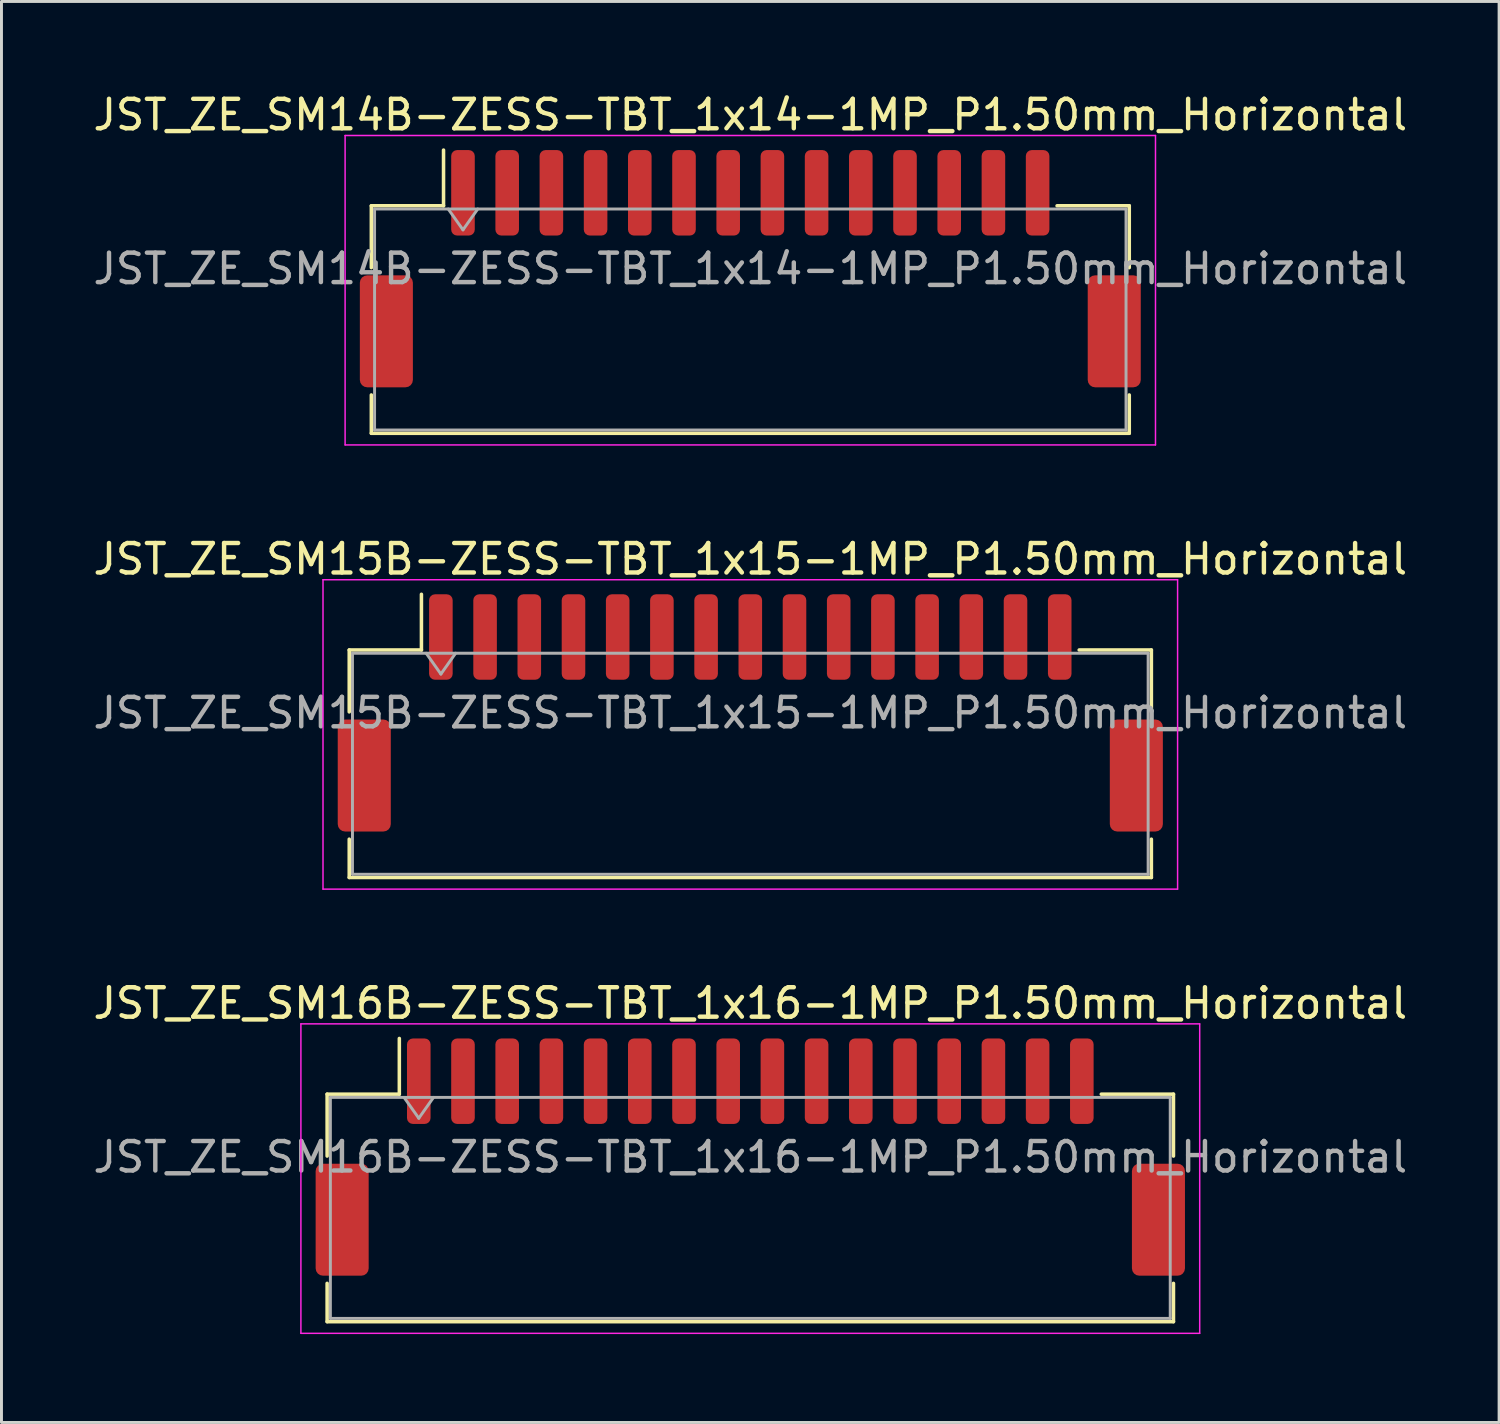
<source format=kicad_pcb>
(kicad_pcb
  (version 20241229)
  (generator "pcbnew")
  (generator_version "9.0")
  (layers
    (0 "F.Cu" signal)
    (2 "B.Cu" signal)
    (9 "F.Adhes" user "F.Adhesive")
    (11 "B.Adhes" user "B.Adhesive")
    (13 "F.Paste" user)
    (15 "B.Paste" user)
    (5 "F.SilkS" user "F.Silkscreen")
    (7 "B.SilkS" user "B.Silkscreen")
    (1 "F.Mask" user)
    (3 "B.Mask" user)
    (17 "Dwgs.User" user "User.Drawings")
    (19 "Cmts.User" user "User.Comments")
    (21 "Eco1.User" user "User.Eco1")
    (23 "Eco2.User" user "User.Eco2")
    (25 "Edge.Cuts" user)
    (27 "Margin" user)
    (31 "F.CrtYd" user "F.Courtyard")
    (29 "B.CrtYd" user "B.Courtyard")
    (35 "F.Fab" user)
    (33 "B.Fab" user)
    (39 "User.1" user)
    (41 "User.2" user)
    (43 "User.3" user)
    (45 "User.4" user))
  (footprint "JST_ZE_SM16B-ZESS-TBT_1x16-1MP_P1.50mm_Horizontal"
    (layer "F.Cu")
    (at 22.411 36.215)
    (property "Reference" "JST_ZE_SM16B-ZESS-TBT_1x16-1MP_P1.50mm_Horizontal" (at 0 -5.22 0) (layer "F.SilkS") (effects (font (size 1 1) (thickness 0.15))))
    (attr smd)
    (fp_line (start -14.36 -2.135) (end -11.91 -2.135) (stroke (width 0.12) (type solid)) (layer "F.SilkS"))
    (fp_line (start -14.36 -0.035) (end -14.36 -2.135) (stroke (width 0.12) (type solid)) (layer "F.SilkS"))
    (fp_line (start -14.36 4.285) (end -14.36 5.585) (stroke (width 0.12) (type solid)) (layer "F.SilkS"))
    (fp_line (start -14.36 5.585) (end 14.36 5.585) (stroke (width 0.12) (type solid)) (layer "F.SilkS"))
    (fp_line (start -11.91 -2.135) (end -11.91 -4.025) (stroke (width 0.12) (type solid)) (layer "F.SilkS"))
    (fp_line (start 14.36 -2.135) (end 11.91 -2.135) (stroke (width 0.12) (type solid)) (layer "F.SilkS"))
    (fp_line (start 14.36 -0.035) (end 14.36 -2.135) (stroke (width 0.12) (type solid)) (layer "F.SilkS"))
    (fp_line (start 14.36 5.585) (end 14.36 4.285) (stroke (width 0.12) (type solid)) (layer "F.SilkS"))
    (fp_line (start -15.25 -4.52) (end -15.25 5.98) (stroke (width 0.05) (type solid)) (layer "F.CrtYd"))
    (fp_line (start -15.25 5.98) (end 15.25 5.98) (stroke (width 0.05) (type solid)) (layer "F.CrtYd"))
    (fp_line (start 15.25 -4.52) (end -15.25 -4.52) (stroke (width 0.05) (type solid)) (layer "F.CrtYd"))
    (fp_line (start 15.25 5.98) (end 15.25 -4.52) (stroke (width 0.05) (type solid)) (layer "F.CrtYd"))
    (fp_line (start -14.25 -2.025) (end -14.25 5.475) (stroke (width 0.1) (type solid)) (layer "F.Fab"))
    (fp_line (start -14.25 -2.025) (end 14.25 -2.025) (stroke (width 0.1) (type solid)) (layer "F.Fab"))
    (fp_line (start -14.25 5.475) (end 14.25 5.475) (stroke (width 0.1) (type solid)) (layer "F.Fab"))
    (fp_line (start -11.75 -2.025) (end -11.25 -1.318) (stroke (width 0.1) (type solid)) (layer "F.Fab"))
    (fp_line (start -11.25 -1.318) (end -10.75 -2.025) (stroke (width 0.1) (type solid)) (layer "F.Fab"))
    (fp_line (start 14.25 -2.025) (end 14.25 5.475) (stroke (width 0.1) (type solid)) (layer "F.Fab"))
    (fp_text user "${REFERENCE}" (at 0 0 0) (layer "F.Fab") (effects (font (size 1 1) (thickness 0.15))))
    (pad "1" smd roundrect (at -11.25 -2.575) (size 0.8 2.9) (layers "F.Cu" "F.Mask" "F.Paste") (roundrect_rratio 0.25))
    (pad "2" smd roundrect (at -9.75 -2.575) (size 0.8 2.9) (layers "F.Cu" "F.Mask" "F.Paste") (roundrect_rratio 0.25))
    (pad "3" smd roundrect (at -8.25 -2.575) (size 0.8 2.9) (layers "F.Cu" "F.Mask" "F.Paste") (roundrect_rratio 0.25))
    (pad "4" smd roundrect (at -6.75 -2.575) (size 0.8 2.9) (layers "F.Cu" "F.Mask" "F.Paste") (roundrect_rratio 0.25))
    (pad "5" smd roundrect (at -5.25 -2.575) (size 0.8 2.9) (layers "F.Cu" "F.Mask" "F.Paste") (roundrect_rratio 0.25))
    (pad "6" smd roundrect (at -3.75 -2.575) (size 0.8 2.9) (layers "F.Cu" "F.Mask" "F.Paste") (roundrect_rratio 0.25))
    (pad "7" smd roundrect (at -2.25 -2.575) (size 0.8 2.9) (layers "F.Cu" "F.Mask" "F.Paste") (roundrect_rratio 0.25))
    (pad "8" smd roundrect (at -0.75 -2.575) (size 0.8 2.9) (layers "F.Cu" "F.Mask" "F.Paste") (roundrect_rratio 0.25))
    (pad "9" smd roundrect (at 0.75 -2.575) (size 0.8 2.9) (layers "F.Cu" "F.Mask" "F.Paste") (roundrect_rratio 0.25))
    (pad "10" smd roundrect (at 2.25 -2.575) (size 0.8 2.9) (layers "F.Cu" "F.Mask" "F.Paste") (roundrect_rratio 0.25))
    (pad "11" smd roundrect (at 3.75 -2.575) (size 0.8 2.9) (layers "F.Cu" "F.Mask" "F.Paste") (roundrect_rratio 0.25))
    (pad "12" smd roundrect (at 5.25 -2.575) (size 0.8 2.9) (layers "F.Cu" "F.Mask" "F.Paste") (roundrect_rratio 0.25))
    (pad "13" smd roundrect (at 6.75 -2.575) (size 0.8 2.9) (layers "F.Cu" "F.Mask" "F.Paste") (roundrect_rratio 0.25))
    (pad "14" smd roundrect (at 8.25 -2.575) (size 0.8 2.9) (layers "F.Cu" "F.Mask" "F.Paste") (roundrect_rratio 0.25))
    (pad "15" smd roundrect (at 9.75 -2.575) (size 0.8 2.9) (layers "F.Cu" "F.Mask" "F.Paste") (roundrect_rratio 0.25))
    (pad "16" smd roundrect (at 11.25 -2.575) (size 0.8 2.9) (layers "F.Cu" "F.Mask" "F.Paste") (roundrect_rratio 0.25))
    (pad "MP" smd roundrect (at -13.85 2.125) (size 1.8 3.8) (layers "F.Cu" "F.Mask" "F.Paste") (roundrect_rratio 0.139))
    (pad "MP" smd roundrect (at 13.85 2.125) (size 1.8 3.8) (layers "F.Cu" "F.Mask" "F.Paste") (roundrect_rratio 0.139)))
  (footprint "JST_ZE_SM15B-ZESS-TBT_1x15-1MP_P1.50mm_Horizontal"
    (layer "F.Cu")
    (at 22.411 21.142)
    (property "Reference" "JST_ZE_SM15B-ZESS-TBT_1x15-1MP_P1.50mm_Horizontal" (at 0 -5.22 0) (layer "F.SilkS") (effects (font (size 1 1) (thickness 0.15))))
    (attr smd)
    (fp_line (start -13.61 -2.135) (end -11.16 -2.135) (stroke (width 0.12) (type solid)) (layer "F.SilkS"))
    (fp_line (start -13.61 -0.035) (end -13.61 -2.135) (stroke (width 0.12) (type solid)) (layer "F.SilkS"))
    (fp_line (start -13.61 4.285) (end -13.61 5.585) (stroke (width 0.12) (type solid)) (layer "F.SilkS"))
    (fp_line (start -13.61 5.585) (end 13.61 5.585) (stroke (width 0.12) (type solid)) (layer "F.SilkS"))
    (fp_line (start -11.16 -2.135) (end -11.16 -4.025) (stroke (width 0.12) (type solid)) (layer "F.SilkS"))
    (fp_line (start 13.61 -2.135) (end 11.16 -2.135) (stroke (width 0.12) (type solid)) (layer "F.SilkS"))
    (fp_line (start 13.61 -0.035) (end 13.61 -2.135) (stroke (width 0.12) (type solid)) (layer "F.SilkS"))
    (fp_line (start 13.61 5.585) (end 13.61 4.285) (stroke (width 0.12) (type solid)) (layer "F.SilkS"))
    (fp_line (start -14.5 -4.52) (end -14.5 5.98) (stroke (width 0.05) (type solid)) (layer "F.CrtYd"))
    (fp_line (start -14.5 5.98) (end 14.5 5.98) (stroke (width 0.05) (type solid)) (layer "F.CrtYd"))
    (fp_line (start 14.5 -4.52) (end -14.5 -4.52) (stroke (width 0.05) (type solid)) (layer "F.CrtYd"))
    (fp_line (start 14.5 5.98) (end 14.5 -4.52) (stroke (width 0.05) (type solid)) (layer "F.CrtYd"))
    (fp_line (start -13.5 -2.025) (end -13.5 5.475) (stroke (width 0.1) (type solid)) (layer "F.Fab"))
    (fp_line (start -13.5 -2.025) (end 13.5 -2.025) (stroke (width 0.1) (type solid)) (layer "F.Fab"))
    (fp_line (start -13.5 5.475) (end 13.5 5.475) (stroke (width 0.1) (type solid)) (layer "F.Fab"))
    (fp_line (start -11 -2.025) (end -10.5 -1.318) (stroke (width 0.1) (type solid)) (layer "F.Fab"))
    (fp_line (start -10.5 -1.318) (end -10 -2.025) (stroke (width 0.1) (type solid)) (layer "F.Fab"))
    (fp_line (start 13.5 -2.025) (end 13.5 5.475) (stroke (width 0.1) (type solid)) (layer "F.Fab"))
    (fp_text user "${REFERENCE}" (at 0 0 0) (layer "F.Fab") (effects (font (size 1 1) (thickness 0.15))))
    (pad "1" smd roundrect (at -10.5 -2.575) (size 0.8 2.9) (layers "F.Cu" "F.Mask" "F.Paste") (roundrect_rratio 0.25))
    (pad "2" smd roundrect (at -9 -2.575) (size 0.8 2.9) (layers "F.Cu" "F.Mask" "F.Paste") (roundrect_rratio 0.25))
    (pad "3" smd roundrect (at -7.5 -2.575) (size 0.8 2.9) (layers "F.Cu" "F.Mask" "F.Paste") (roundrect_rratio 0.25))
    (pad "4" smd roundrect (at -6 -2.575) (size 0.8 2.9) (layers "F.Cu" "F.Mask" "F.Paste") (roundrect_rratio 0.25))
    (pad "5" smd roundrect (at -4.5 -2.575) (size 0.8 2.9) (layers "F.Cu" "F.Mask" "F.Paste") (roundrect_rratio 0.25))
    (pad "6" smd roundrect (at -3 -2.575) (size 0.8 2.9) (layers "F.Cu" "F.Mask" "F.Paste") (roundrect_rratio 0.25))
    (pad "7" smd roundrect (at -1.5 -2.575) (size 0.8 2.9) (layers "F.Cu" "F.Mask" "F.Paste") (roundrect_rratio 0.25))
    (pad "8" smd roundrect (at 0 -2.575) (size 0.8 2.9) (layers "F.Cu" "F.Mask" "F.Paste") (roundrect_rratio 0.25))
    (pad "9" smd roundrect (at 1.5 -2.575) (size 0.8 2.9) (layers "F.Cu" "F.Mask" "F.Paste") (roundrect_rratio 0.25))
    (pad "10" smd roundrect (at 3 -2.575) (size 0.8 2.9) (layers "F.Cu" "F.Mask" "F.Paste") (roundrect_rratio 0.25))
    (pad "11" smd roundrect (at 4.5 -2.575) (size 0.8 2.9) (layers "F.Cu" "F.Mask" "F.Paste") (roundrect_rratio 0.25))
    (pad "12" smd roundrect (at 6 -2.575) (size 0.8 2.9) (layers "F.Cu" "F.Mask" "F.Paste") (roundrect_rratio 0.25))
    (pad "13" smd roundrect (at 7.5 -2.575) (size 0.8 2.9) (layers "F.Cu" "F.Mask" "F.Paste") (roundrect_rratio 0.25))
    (pad "14" smd roundrect (at 9 -2.575) (size 0.8 2.9) (layers "F.Cu" "F.Mask" "F.Paste") (roundrect_rratio 0.25))
    (pad "15" smd roundrect (at 10.5 -2.575) (size 0.8 2.9) (layers "F.Cu" "F.Mask" "F.Paste") (roundrect_rratio 0.25))
    (pad "MP" smd roundrect (at -13.1 2.125) (size 1.8 3.8) (layers "F.Cu" "F.Mask" "F.Paste") (roundrect_rratio 0.139))
    (pad "MP" smd roundrect (at 13.1 2.125) (size 1.8 3.8) (layers "F.Cu" "F.Mask" "F.Paste") (roundrect_rratio 0.139)))
  (footprint "JST_ZE_SM14B-ZESS-TBT_1x14-1MP_P1.50mm_Horizontal"
    (layer "F.Cu")
    (at 22.411 6.068)
    (property "Reference" "JST_ZE_SM14B-ZESS-TBT_1x14-1MP_P1.50mm_Horizontal" (at 0 -5.22 0) (layer "F.SilkS") (effects (font (size 1 1) (thickness 0.15))))
    (attr smd)
    (fp_line (start -12.86 -2.135) (end -10.41 -2.135) (stroke (width 0.12) (type solid)) (layer "F.SilkS"))
    (fp_line (start -12.86 -0.035) (end -12.86 -2.135) (stroke (width 0.12) (type solid)) (layer "F.SilkS"))
    (fp_line (start -12.86 4.285) (end -12.86 5.585) (stroke (width 0.12) (type solid)) (layer "F.SilkS"))
    (fp_line (start -12.86 5.585) (end 12.86 5.585) (stroke (width 0.12) (type solid)) (layer "F.SilkS"))
    (fp_line (start -10.41 -2.135) (end -10.41 -4.025) (stroke (width 0.12) (type solid)) (layer "F.SilkS"))
    (fp_line (start 12.86 -2.135) (end 10.41 -2.135) (stroke (width 0.12) (type solid)) (layer "F.SilkS"))
    (fp_line (start 12.86 -0.035) (end 12.86 -2.135) (stroke (width 0.12) (type solid)) (layer "F.SilkS"))
    (fp_line (start 12.86 5.585) (end 12.86 4.285) (stroke (width 0.12) (type solid)) (layer "F.SilkS"))
    (fp_line (start -13.75 -4.52) (end -13.75 5.98) (stroke (width 0.05) (type solid)) (layer "F.CrtYd"))
    (fp_line (start -13.75 5.98) (end 13.75 5.98) (stroke (width 0.05) (type solid)) (layer "F.CrtYd"))
    (fp_line (start 13.75 -4.52) (end -13.75 -4.52) (stroke (width 0.05) (type solid)) (layer "F.CrtYd"))
    (fp_line (start 13.75 5.98) (end 13.75 -4.52) (stroke (width 0.05) (type solid)) (layer "F.CrtYd"))
    (fp_line (start -12.75 -2.025) (end -12.75 5.475) (stroke (width 0.1) (type solid)) (layer "F.Fab"))
    (fp_line (start -12.75 -2.025) (end 12.75 -2.025) (stroke (width 0.1) (type solid)) (layer "F.Fab"))
    (fp_line (start -12.75 5.475) (end 12.75 5.475) (stroke (width 0.1) (type solid)) (layer "F.Fab"))
    (fp_line (start -10.25 -2.025) (end -9.75 -1.318) (stroke (width 0.1) (type solid)) (layer "F.Fab"))
    (fp_line (start -9.75 -1.318) (end -9.25 -2.025) (stroke (width 0.1) (type solid)) (layer "F.Fab"))
    (fp_line (start 12.75 -2.025) (end 12.75 5.475) (stroke (width 0.1) (type solid)) (layer "F.Fab"))
    (fp_text user "${REFERENCE}" (at 0 0 0) (layer "F.Fab") (effects (font (size 1 1) (thickness 0.15))))
    (pad "1" smd roundrect (at -9.75 -2.575) (size 0.8 2.9) (layers "F.Cu" "F.Mask" "F.Paste") (roundrect_rratio 0.25))
    (pad "2" smd roundrect (at -8.25 -2.575) (size 0.8 2.9) (layers "F.Cu" "F.Mask" "F.Paste") (roundrect_rratio 0.25))
    (pad "3" smd roundrect (at -6.75 -2.575) (size 0.8 2.9) (layers "F.Cu" "F.Mask" "F.Paste") (roundrect_rratio 0.25))
    (pad "4" smd roundrect (at -5.25 -2.575) (size 0.8 2.9) (layers "F.Cu" "F.Mask" "F.Paste") (roundrect_rratio 0.25))
    (pad "5" smd roundrect (at -3.75 -2.575) (size 0.8 2.9) (layers "F.Cu" "F.Mask" "F.Paste") (roundrect_rratio 0.25))
    (pad "6" smd roundrect (at -2.25 -2.575) (size 0.8 2.9) (layers "F.Cu" "F.Mask" "F.Paste") (roundrect_rratio 0.25))
    (pad "7" smd roundrect (at -0.75 -2.575) (size 0.8 2.9) (layers "F.Cu" "F.Mask" "F.Paste") (roundrect_rratio 0.25))
    (pad "8" smd roundrect (at 0.75 -2.575) (size 0.8 2.9) (layers "F.Cu" "F.Mask" "F.Paste") (roundrect_rratio 0.25))
    (pad "9" smd roundrect (at 2.25 -2.575) (size 0.8 2.9) (layers "F.Cu" "F.Mask" "F.Paste") (roundrect_rratio 0.25))
    (pad "10" smd roundrect (at 3.75 -2.575) (size 0.8 2.9) (layers "F.Cu" "F.Mask" "F.Paste") (roundrect_rratio 0.25))
    (pad "11" smd roundrect (at 5.25 -2.575) (size 0.8 2.9) (layers "F.Cu" "F.Mask" "F.Paste") (roundrect_rratio 0.25))
    (pad "12" smd roundrect (at 6.75 -2.575) (size 0.8 2.9) (layers "F.Cu" "F.Mask" "F.Paste") (roundrect_rratio 0.25))
    (pad "13" smd roundrect (at 8.25 -2.575) (size 0.8 2.9) (layers "F.Cu" "F.Mask" "F.Paste") (roundrect_rratio 0.25))
    (pad "14" smd roundrect (at 9.75 -2.575) (size 0.8 2.9) (layers "F.Cu" "F.Mask" "F.Paste") (roundrect_rratio 0.25))
    (pad "MP" smd roundrect (at -12.35 2.125) (size 1.8 3.8) (layers "F.Cu" "F.Mask" "F.Paste") (roundrect_rratio 0.139))
    (pad "MP" smd roundrect (at 12.35 2.125) (size 1.8 3.8) (layers "F.Cu" "F.Mask" "F.Paste") (roundrect_rratio 0.139)))
  (gr_rect
    (start -3 -3)
    (end 47.821 45.22)
    (stroke (width 0.1) (type default))
    (fill no)
    (layer "Edge.Cuts")))
</source>
